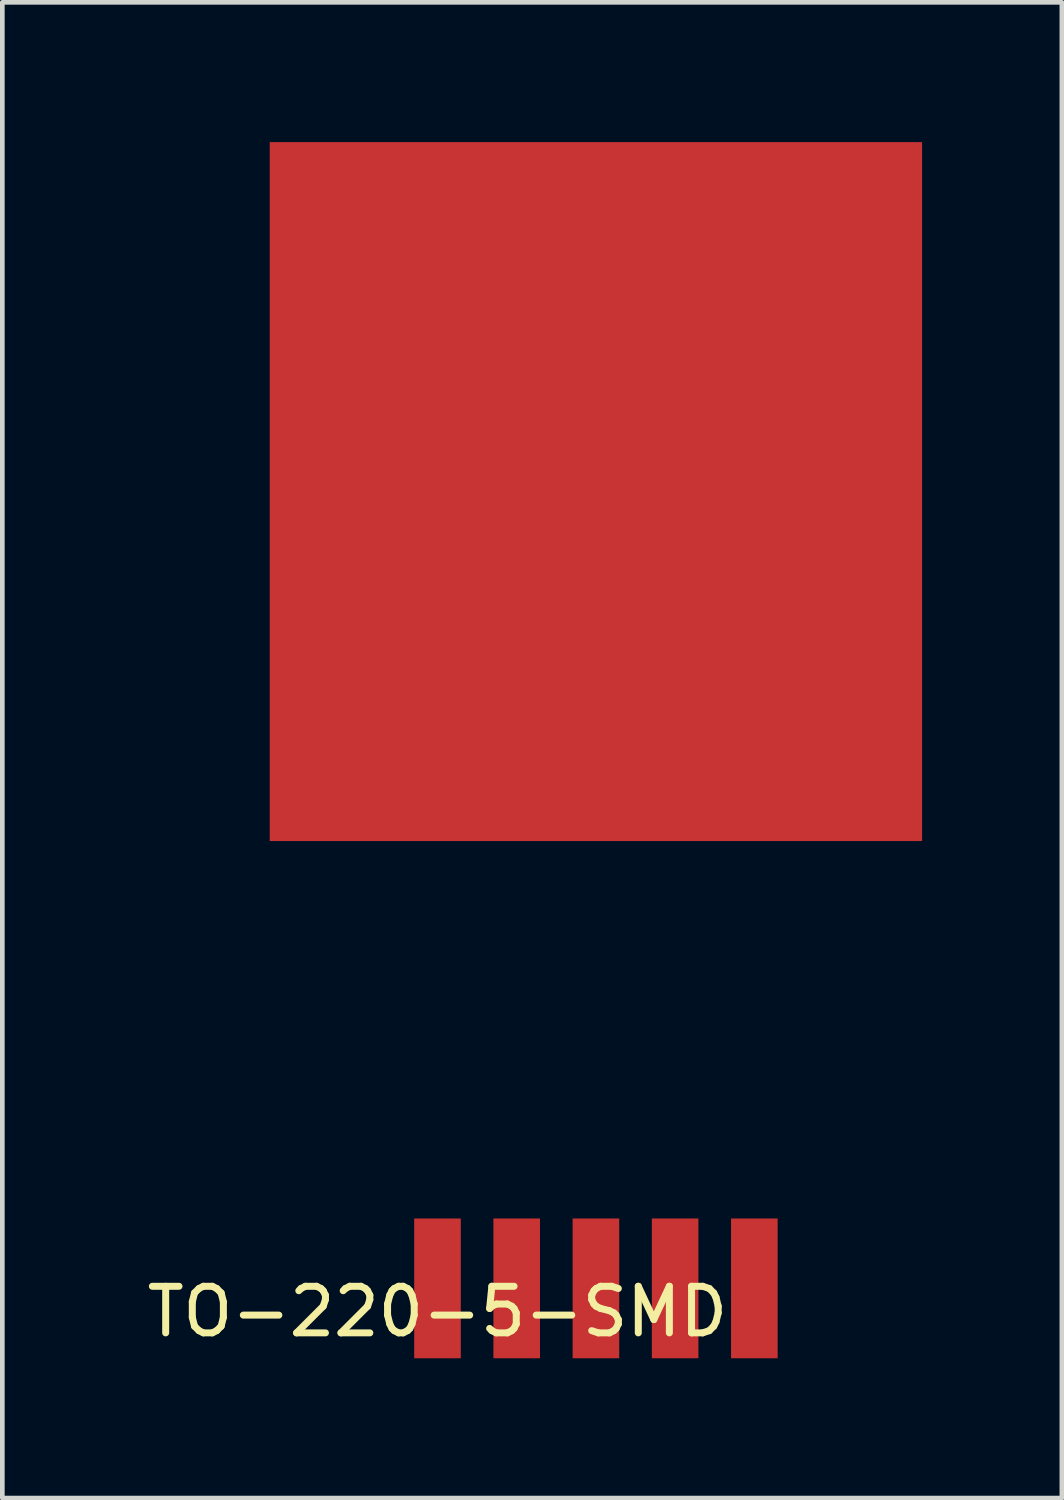
<source format=kicad_pcb>
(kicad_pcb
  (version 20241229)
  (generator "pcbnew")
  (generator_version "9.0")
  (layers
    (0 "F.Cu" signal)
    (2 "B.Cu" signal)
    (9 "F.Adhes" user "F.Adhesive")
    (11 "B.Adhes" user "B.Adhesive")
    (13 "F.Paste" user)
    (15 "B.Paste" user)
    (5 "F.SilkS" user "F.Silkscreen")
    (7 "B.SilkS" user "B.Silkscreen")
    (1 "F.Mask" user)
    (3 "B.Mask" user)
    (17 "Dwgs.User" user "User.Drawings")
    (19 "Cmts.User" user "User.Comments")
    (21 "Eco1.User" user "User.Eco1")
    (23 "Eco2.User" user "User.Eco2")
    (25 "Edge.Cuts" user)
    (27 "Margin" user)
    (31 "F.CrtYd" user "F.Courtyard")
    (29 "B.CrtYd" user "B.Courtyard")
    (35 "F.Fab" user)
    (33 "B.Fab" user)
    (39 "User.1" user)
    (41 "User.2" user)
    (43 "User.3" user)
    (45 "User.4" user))
  (footprint "TO-220-5-SMD"
    (layer "F.Cu")
    (at 6.339 24.6)
    (property "Reference" "TO-220-5-SMD" (at 0 0.5 0) (layer "F.SilkS") (effects (font (size 1 1) (thickness 0.15))))
    (attr through_hole)
    (pad "" smd rect (at 3.4 -17.1) (size 14 15) (layers "F.Cu" "F.Mask" "F.Paste"))
    (pad "1" smd rect (at 0 0) (size 1 3) (layers "F.Cu" "F.Mask" "F.Paste"))
    (pad "2" smd rect (at 1.7 0) (size 1 3) (layers "F.Cu" "F.Mask" "F.Paste"))
    (pad "3" smd rect (at 3.4 0) (size 1 3) (layers "F.Cu" "F.Mask" "F.Paste"))
    (pad "4" smd rect (at 5.1 0) (size 1 3) (layers "F.Cu" "F.Mask" "F.Paste"))
    (pad "5" smd rect (at 6.8 0) (size 1 3) (layers "F.Cu" "F.Mask" "F.Paste")))
  (gr_rect
    (start -3 -3)
    (end 19.739 29.1)
    (stroke (width 0.1) (type default))
    (fill no)
    (layer "Edge.Cuts")))
</source>
